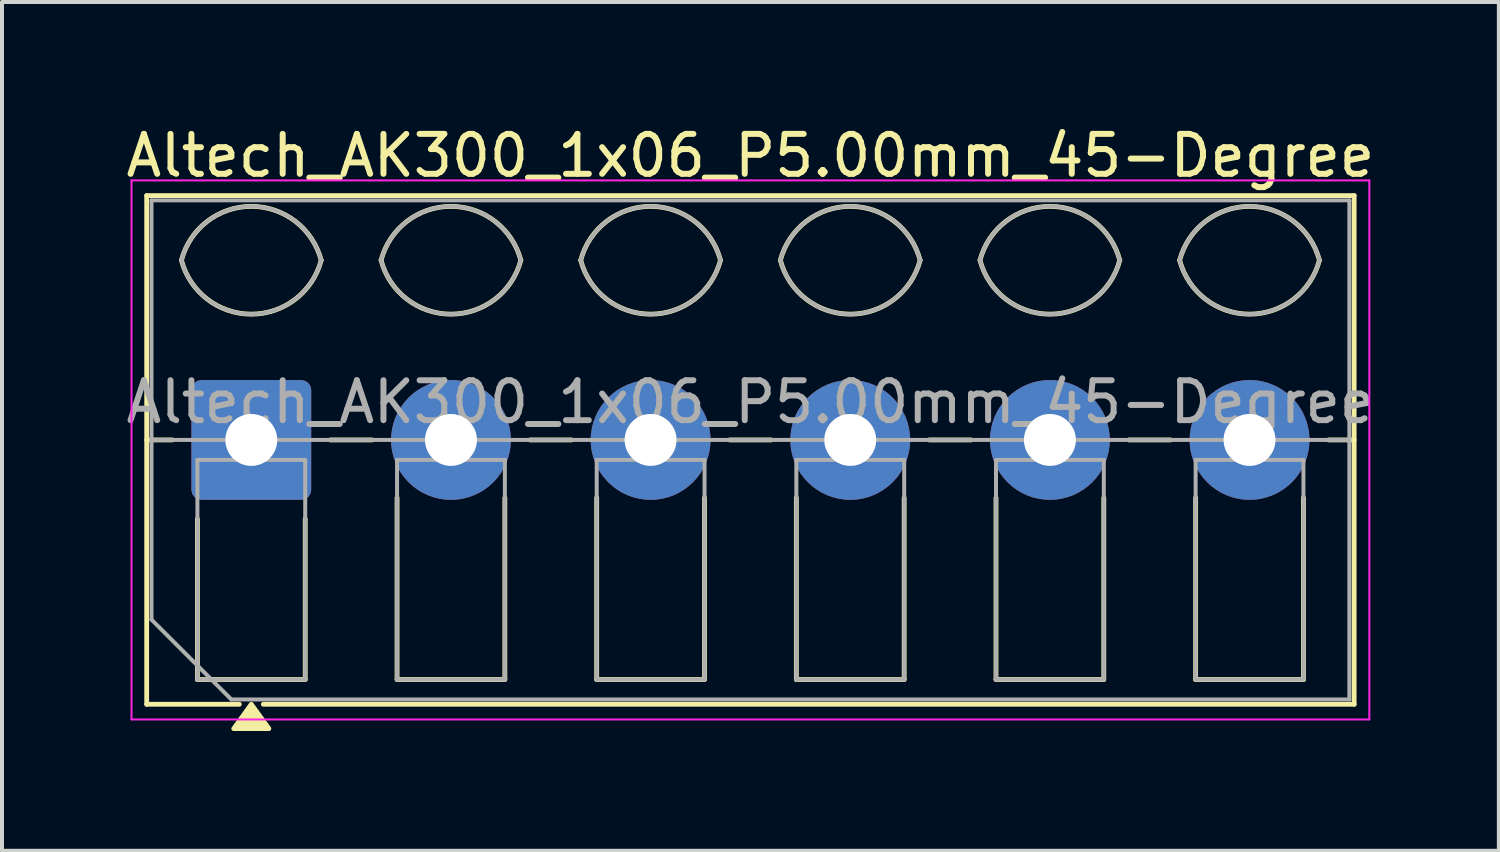
<source format=kicad_pcb>
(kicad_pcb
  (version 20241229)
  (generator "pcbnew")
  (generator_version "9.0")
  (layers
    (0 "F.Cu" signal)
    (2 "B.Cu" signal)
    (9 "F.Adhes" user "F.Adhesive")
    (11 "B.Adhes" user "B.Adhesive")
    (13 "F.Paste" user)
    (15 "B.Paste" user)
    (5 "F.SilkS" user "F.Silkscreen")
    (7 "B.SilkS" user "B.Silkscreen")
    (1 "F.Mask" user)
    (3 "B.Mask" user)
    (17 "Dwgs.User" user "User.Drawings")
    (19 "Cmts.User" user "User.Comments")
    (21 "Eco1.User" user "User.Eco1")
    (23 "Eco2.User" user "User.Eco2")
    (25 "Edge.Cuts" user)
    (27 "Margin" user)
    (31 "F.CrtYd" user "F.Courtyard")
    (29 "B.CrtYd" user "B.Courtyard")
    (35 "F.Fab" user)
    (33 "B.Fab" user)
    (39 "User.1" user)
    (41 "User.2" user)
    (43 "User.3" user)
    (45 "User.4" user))
  (footprint "Altech_AK300_1x06_P5.00mm_45-Degree"
    (layer "F.Cu")
    (at 3.244 7.968)
    (property "Reference" "Altech_AK300_1x06_P5.00mm_45-Degree" (at 12.5 -7.12 0) (layer "F.SilkS") (effects (font (size 1 1) (thickness 0.15))))
    (attr through_hole)
    (fp_line (start -2.62 -6.12) (end 27.62 -6.12) (stroke (width 0.12) (type solid)) (layer "F.SilkS"))
    (fp_line (start -2.62 0) (end -1.98 0) (stroke (width 0.12) (type solid)) (layer "F.SilkS"))
    (fp_line (start -2.62 6.62) (end -2.62 -6.12) (stroke (width 0.12) (type solid)) (layer "F.SilkS"))
    (fp_line (start -1.35 6) (end -1.35 1.98) (stroke (width 0.12) (type solid)) (layer "F.SilkS"))
    (fp_line (start -0.3 6.62) (end -2.62 6.62) (stroke (width 0.12) (type solid)) (layer "F.SilkS"))
    (fp_line (start 1.35 1.98) (end 1.35 6) (stroke (width 0.12) (type solid)) (layer "F.SilkS"))
    (fp_line (start 1.35 6) (end -1.35 6) (stroke (width 0.12) (type solid)) (layer "F.SilkS"))
    (fp_line (start 1.98 0) (end 3.02 0) (stroke (width 0.12) (type solid)) (layer "F.SilkS"))
    (fp_line (start 3.65 6) (end 3.65 1.448) (stroke (width 0.12) (type solid)) (layer "F.SilkS"))
    (fp_line (start 6.35 1.448) (end 6.35 6) (stroke (width 0.12) (type solid)) (layer "F.SilkS"))
    (fp_line (start 6.35 6) (end 3.65 6) (stroke (width 0.12) (type solid)) (layer "F.SilkS"))
    (fp_line (start 6.98 0) (end 8.02 0) (stroke (width 0.12) (type solid)) (layer "F.SilkS"))
    (fp_line (start 8.65 6) (end 8.65 1.448) (stroke (width 0.12) (type solid)) (layer "F.SilkS"))
    (fp_line (start 11.35 1.448) (end 11.35 6) (stroke (width 0.12) (type solid)) (layer "F.SilkS"))
    (fp_line (start 11.35 6) (end 8.65 6) (stroke (width 0.12) (type solid)) (layer "F.SilkS"))
    (fp_line (start 11.98 0) (end 13.02 0) (stroke (width 0.12) (type solid)) (layer "F.SilkS"))
    (fp_line (start 13.65 6) (end 13.65 1.448) (stroke (width 0.12) (type solid)) (layer "F.SilkS"))
    (fp_line (start 16.35 1.448) (end 16.35 6) (stroke (width 0.12) (type solid)) (layer "F.SilkS"))
    (fp_line (start 16.35 6) (end 13.65 6) (stroke (width 0.12) (type solid)) (layer "F.SilkS"))
    (fp_line (start 16.98 0) (end 18.02 0) (stroke (width 0.12) (type solid)) (layer "F.SilkS"))
    (fp_line (start 18.65 6) (end 18.65 1.448) (stroke (width 0.12) (type solid)) (layer "F.SilkS"))
    (fp_line (start 21.35 1.448) (end 21.35 6) (stroke (width 0.12) (type solid)) (layer "F.SilkS"))
    (fp_line (start 21.35 6) (end 18.65 6) (stroke (width 0.12) (type solid)) (layer "F.SilkS"))
    (fp_line (start 21.98 0) (end 23.02 0) (stroke (width 0.12) (type solid)) (layer "F.SilkS"))
    (fp_line (start 23.65 6) (end 23.65 1.448) (stroke (width 0.12) (type solid)) (layer "F.SilkS"))
    (fp_line (start 26.35 1.448) (end 26.35 6) (stroke (width 0.12) (type solid)) (layer "F.SilkS"))
    (fp_line (start 26.35 6) (end 23.65 6) (stroke (width 0.12) (type solid)) (layer "F.SilkS"))
    (fp_line (start 26.98 0) (end 27.62 0) (stroke (width 0.12) (type solid)) (layer "F.SilkS"))
    (fp_line (start 27.62 -6.12) (end 27.62 6.62) (stroke (width 0.12) (type solid)) (layer "F.SilkS"))
    (fp_line (start 27.62 6.62) (end 0.3 6.62) (stroke (width 0.12) (type solid)) (layer "F.SilkS"))
    (fp_arc (start -1.75 -4.5) (mid 0 -5.85) (end 1.75 -4.5) (stroke (width 0.12) (type solid)) (layer "F.SilkS"))
    (fp_arc (start 1.75 -4.5) (mid 0 -3.15) (end -1.75 -4.5) (stroke (width 0.12) (type solid)) (layer "F.SilkS"))
    (fp_arc (start 3.25 -4.5) (mid 5 -5.85) (end 6.75 -4.5) (stroke (width 0.12) (type solid)) (layer "F.SilkS"))
    (fp_arc (start 6.75 -4.5) (mid 5 -3.15) (end 3.25 -4.5) (stroke (width 0.12) (type solid)) (layer "F.SilkS"))
    (fp_arc (start 8.25 -4.5) (mid 10 -5.85) (end 11.75 -4.5) (stroke (width 0.12) (type solid)) (layer "F.SilkS"))
    (fp_arc (start 11.75 -4.5) (mid 10 -3.15) (end 8.25 -4.5) (stroke (width 0.12) (type solid)) (layer "F.SilkS"))
    (fp_arc (start 13.25 -4.5) (mid 15 -5.85) (end 16.75 -4.5) (stroke (width 0.12) (type solid)) (layer "F.SilkS"))
    (fp_arc (start 16.75 -4.5) (mid 15 -3.15) (end 13.25 -4.5) (stroke (width 0.12) (type solid)) (layer "F.SilkS"))
    (fp_arc (start 18.25 -4.5) (mid 20 -5.85) (end 21.75 -4.5) (stroke (width 0.12) (type solid)) (layer "F.SilkS"))
    (fp_arc (start 21.75 -4.5) (mid 20 -3.15) (end 18.25 -4.5) (stroke (width 0.12) (type solid)) (layer "F.SilkS"))
    (fp_arc (start 23.25 -4.5) (mid 25 -5.85) (end 26.75 -4.5) (stroke (width 0.12) (type solid)) (layer "F.SilkS"))
    (fp_arc (start 26.75 -4.5) (mid 25 -3.15) (end 23.25 -4.5) (stroke (width 0.12) (type solid)) (layer "F.SilkS"))
    (fp_poly (pts (xy 0 6.62) (xy 0.44 7.23) (xy -0.44 7.23)) (stroke (width 0.12) (type solid)) (fill yes) (layer "F.SilkS"))
    (fp_line (start -3 -6.5) (end -3 7) (stroke (width 0.05) (type solid)) (layer "F.CrtYd"))
    (fp_line (start -3 7) (end 28 7) (stroke (width 0.05) (type solid)) (layer "F.CrtYd"))
    (fp_line (start 28 -6.5) (end -3 -6.5) (stroke (width 0.05) (type solid)) (layer "F.CrtYd"))
    (fp_line (start 28 7) (end 28 -6.5) (stroke (width 0.05) (type solid)) (layer "F.CrtYd"))
    (fp_line (start -2.5 -6) (end 27.5 -6) (stroke (width 0.1) (type solid)) (layer "F.Fab"))
    (fp_line (start -2.5 0) (end 27.5 0) (stroke (width 0.1) (type solid)) (layer "F.Fab"))
    (fp_line (start -2.5 4.5) (end -2.5 -6) (stroke (width 0.1) (type solid)) (layer "F.Fab"))
    (fp_line (start -1.35 0.5) (end -1.35 6) (stroke (width 0.1) (type solid)) (layer "F.Fab"))
    (fp_line (start -1.35 6) (end 1.35 6) (stroke (width 0.1) (type solid)) (layer "F.Fab"))
    (fp_line (start -0.5 6.5) (end -2.5 4.5) (stroke (width 0.1) (type solid)) (layer "F.Fab"))
    (fp_line (start 1.35 0.5) (end -1.35 0.5) (stroke (width 0.1) (type solid)) (layer "F.Fab"))
    (fp_line (start 1.35 6) (end 1.35 0.5) (stroke (width 0.1) (type solid)) (layer "F.Fab"))
    (fp_line (start 3.65 0.5) (end 3.65 6) (stroke (width 0.1) (type solid)) (layer "F.Fab"))
    (fp_line (start 3.65 6) (end 6.35 6) (stroke (width 0.1) (type solid)) (layer "F.Fab"))
    (fp_line (start 6.35 0.5) (end 3.65 0.5) (stroke (width 0.1) (type solid)) (layer "F.Fab"))
    (fp_line (start 6.35 6) (end 6.35 0.5) (stroke (width 0.1) (type solid)) (layer "F.Fab"))
    (fp_line (start 8.65 0.5) (end 8.65 6) (stroke (width 0.1) (type solid)) (layer "F.Fab"))
    (fp_line (start 8.65 6) (end 11.351 6) (stroke (width 0.1) (type solid)) (layer "F.Fab"))
    (fp_line (start 11.351 0.5) (end 8.65 0.5) (stroke (width 0.1) (type solid)) (layer "F.Fab"))
    (fp_line (start 11.351 6) (end 11.351 0.5) (stroke (width 0.1) (type solid)) (layer "F.Fab"))
    (fp_line (start 13.65 0.5) (end 13.65 6) (stroke (width 0.1) (type solid)) (layer "F.Fab"))
    (fp_line (start 13.65 6) (end 16.351 6) (stroke (width 0.1) (type solid)) (layer "F.Fab"))
    (fp_line (start 16.351 0.5) (end 13.65 0.5) (stroke (width 0.1) (type solid)) (layer "F.Fab"))
    (fp_line (start 16.351 6) (end 16.351 0.5) (stroke (width 0.1) (type solid)) (layer "F.Fab"))
    (fp_line (start 18.65 0.5) (end 18.65 6) (stroke (width 0.1) (type solid)) (layer "F.Fab"))
    (fp_line (start 18.65 6) (end 21.35 6) (stroke (width 0.1) (type solid)) (layer "F.Fab"))
    (fp_line (start 21.35 0.5) (end 18.65 0.5) (stroke (width 0.1) (type solid)) (layer "F.Fab"))
    (fp_line (start 21.35 6) (end 21.35 0.5) (stroke (width 0.1) (type solid)) (layer "F.Fab"))
    (fp_line (start 23.65 0.5) (end 23.65 6) (stroke (width 0.1) (type solid)) (layer "F.Fab"))
    (fp_line (start 23.65 6) (end 26.35 6) (stroke (width 0.1) (type solid)) (layer "F.Fab"))
    (fp_line (start 26.35 0.5) (end 23.65 0.5) (stroke (width 0.1) (type solid)) (layer "F.Fab"))
    (fp_line (start 26.35 6) (end 26.35 0.5) (stroke (width 0.1) (type solid)) (layer "F.Fab"))
    (fp_line (start 27.5 -6) (end 27.5 6.5) (stroke (width 0.1) (type solid)) (layer "F.Fab"))
    (fp_line (start 27.5 6.5) (end -0.5 6.5) (stroke (width 0.1) (type solid)) (layer "F.Fab"))
    (fp_arc (start -1.75 -4.5) (mid 0 -5.85) (end 1.75 -4.5) (stroke (width 0.1) (type solid)) (layer "F.Fab"))
    (fp_arc (start 1.75 -4.5) (mid 0 -3.15) (end -1.75 -4.5) (stroke (width 0.1) (type solid)) (layer "F.Fab"))
    (fp_arc (start 3.25 -4.5) (mid 5 -5.85) (end 6.75 -4.5) (stroke (width 0.1) (type solid)) (layer "F.Fab"))
    (fp_arc (start 6.75 -4.5) (mid 5 -3.15) (end 3.25 -4.5) (stroke (width 0.1) (type solid)) (layer "F.Fab"))
    (fp_arc (start 8.25 -4.5) (mid 10 -5.85) (end 11.75 -4.5) (stroke (width 0.1) (type solid)) (layer "F.Fab"))
    (fp_arc (start 11.75 -4.5) (mid 10 -3.15) (end 8.25 -4.5) (stroke (width 0.1) (type solid)) (layer "F.Fab"))
    (fp_arc (start 13.25 -4.5) (mid 15 -5.85) (end 16.75 -4.5) (stroke (width 0.1) (type solid)) (layer "F.Fab"))
    (fp_arc (start 16.75 -4.5) (mid 15 -3.15) (end 13.25 -4.5) (stroke (width 0.1) (type solid)) (layer "F.Fab"))
    (fp_arc (start 18.25 -4.5) (mid 20 -5.85) (end 21.75 -4.5) (stroke (width 0.1) (type solid)) (layer "F.Fab"))
    (fp_arc (start 21.75 -4.5) (mid 20 -3.15) (end 18.25 -4.5) (stroke (width 0.1) (type solid)) (layer "F.Fab"))
    (fp_arc (start 23.25 -4.5) (mid 25 -5.85) (end 26.75 -4.5) (stroke (width 0.1) (type solid)) (layer "F.Fab"))
    (fp_arc (start 26.75 -4.5) (mid 25 -3.15) (end 23.25 -4.5) (stroke (width 0.1) (type solid)) (layer "F.Fab"))
    (fp_text user "${REFERENCE}" (at 12.5 -0.95 0) (layer "F.Fab") (effects (font (size 1 1) (thickness 0.15))))
    (pad "1" thru_hole roundrect (at 0 0) (size 3 3) (drill 1.3) (layers "*.Cu" "*.Mask") (roundrect_rratio 0.083))
    (pad "2" thru_hole circle (at 5 0) (size 3 3) (drill 1.3) (layers "*.Cu" "*.Mask"))
    (pad "3" thru_hole circle (at 10 0) (size 3 3) (drill 1.3) (layers "*.Cu" "*.Mask"))
    (pad "4" thru_hole circle (at 15 0) (size 3 3) (drill 1.3) (layers "*.Cu" "*.Mask"))
    (pad "5" thru_hole circle (at 20 0) (size 3 3) (drill 1.3) (layers "*.Cu" "*.Mask"))
    (pad "6" thru_hole circle (at 25 0) (size 3 3) (drill 1.3) (layers "*.Cu" "*.Mask")))
  (gr_rect
    (start -3 -3)
    (end 34.488 18.258)
    (stroke (width 0.1) (type default))
    (fill no)
    (layer "Edge.Cuts")))
</source>
